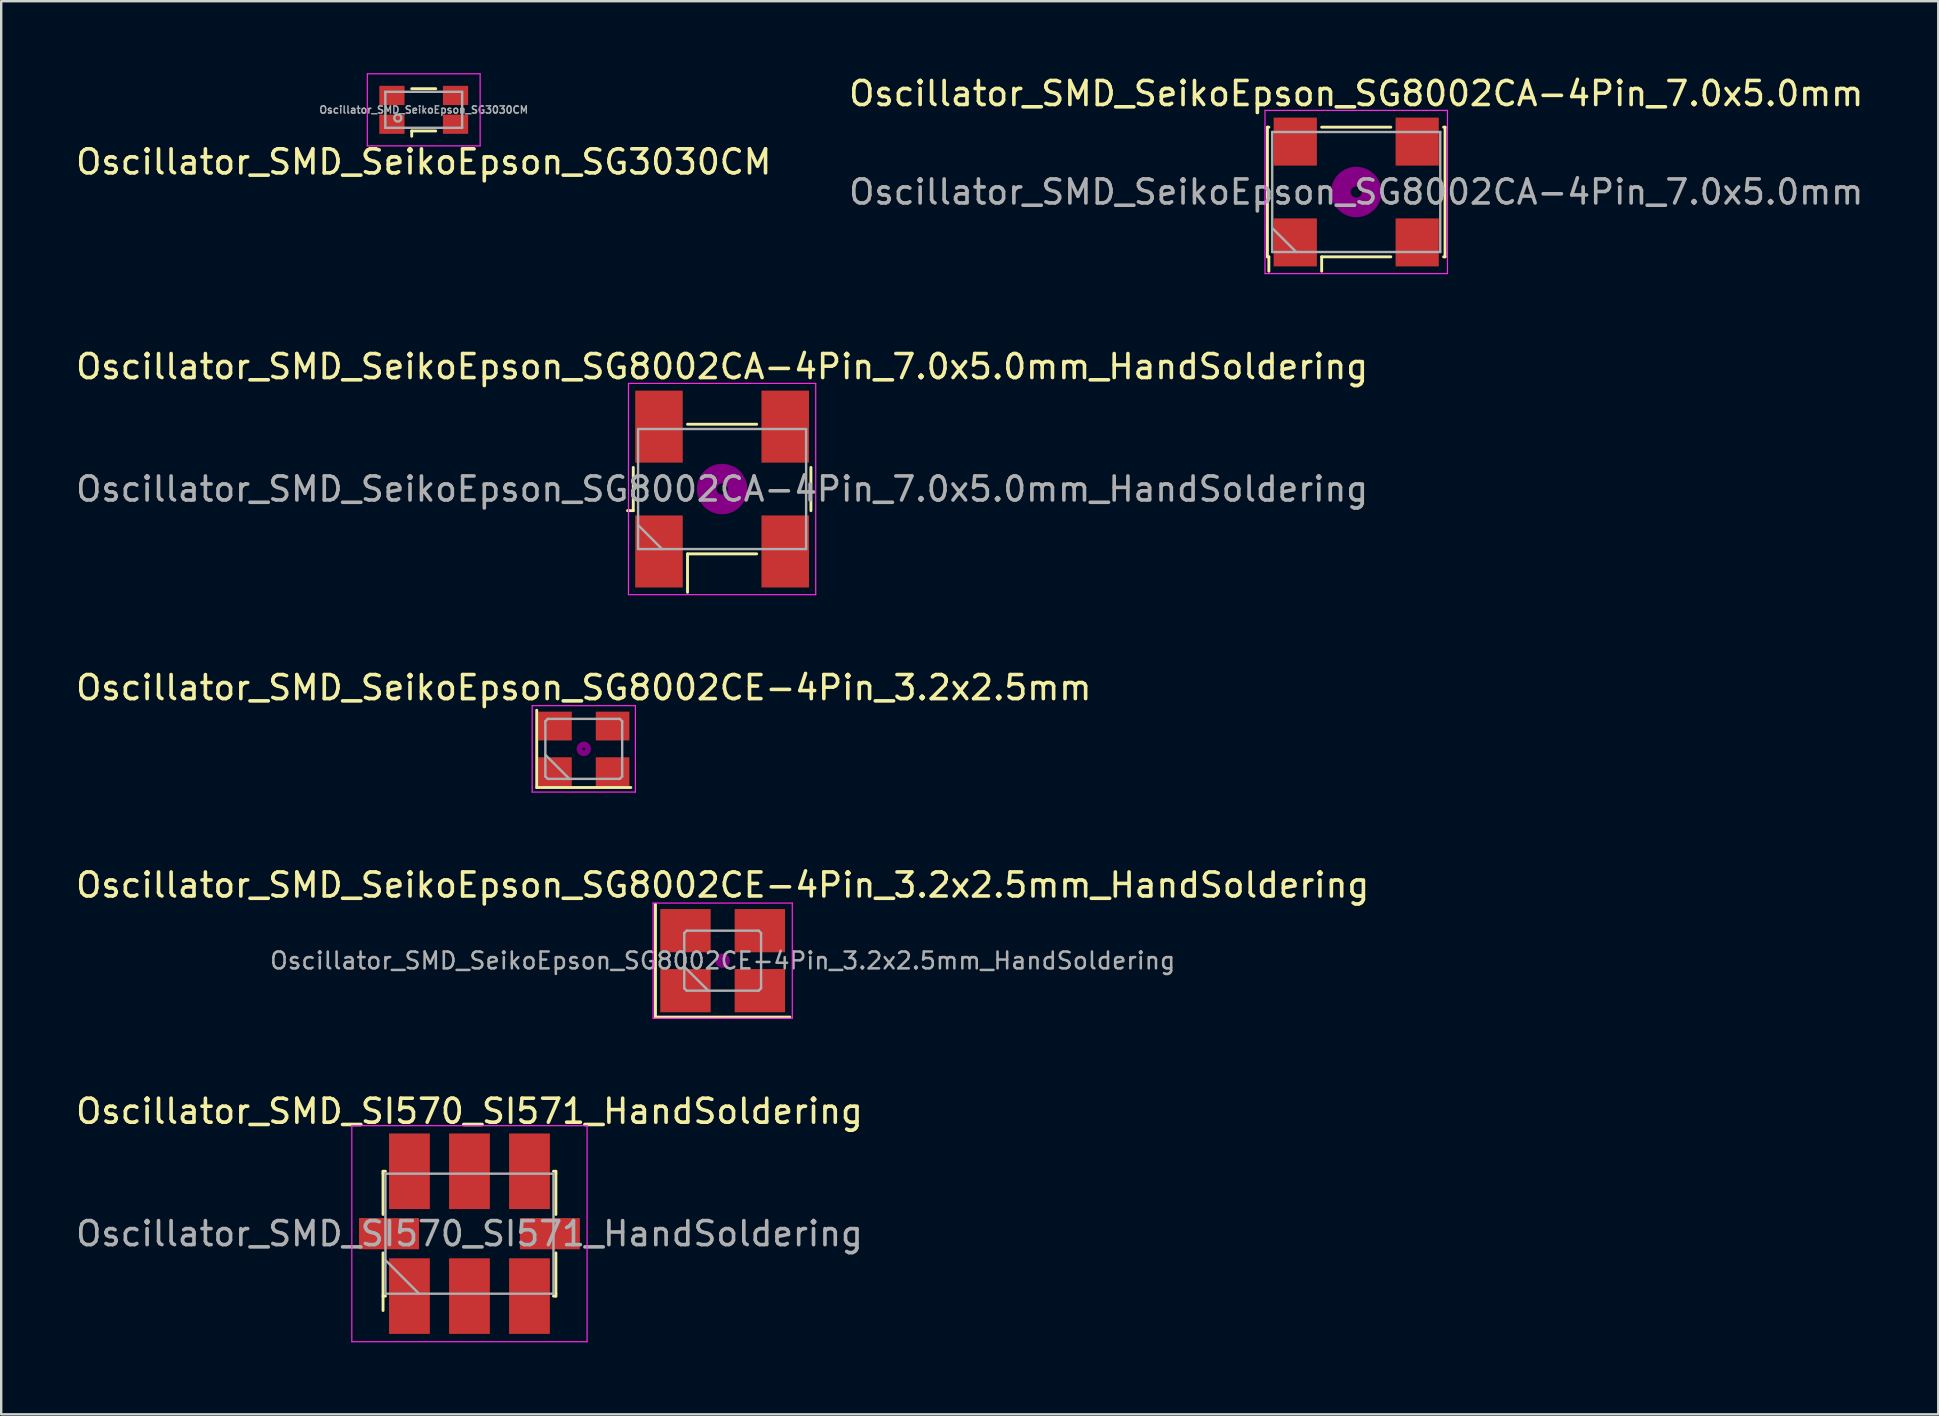
<source format=kicad_pcb>
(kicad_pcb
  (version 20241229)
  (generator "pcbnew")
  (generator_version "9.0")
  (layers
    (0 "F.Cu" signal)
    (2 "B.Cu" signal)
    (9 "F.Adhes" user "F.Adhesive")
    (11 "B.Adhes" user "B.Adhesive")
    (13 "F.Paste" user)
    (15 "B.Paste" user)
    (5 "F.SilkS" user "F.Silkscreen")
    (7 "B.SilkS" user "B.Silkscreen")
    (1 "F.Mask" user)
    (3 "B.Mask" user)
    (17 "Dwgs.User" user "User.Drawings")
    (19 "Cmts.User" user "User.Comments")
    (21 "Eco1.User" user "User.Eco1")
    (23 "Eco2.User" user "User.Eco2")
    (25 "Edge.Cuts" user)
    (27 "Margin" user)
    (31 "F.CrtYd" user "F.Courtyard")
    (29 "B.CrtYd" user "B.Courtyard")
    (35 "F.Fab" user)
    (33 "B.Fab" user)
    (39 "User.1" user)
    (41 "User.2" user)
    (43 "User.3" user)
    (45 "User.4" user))
  (footprint "Oscillator_SMD_SeikoEpson_SG8002CE-4Pin_3.2x2.5mm"
    (layer "F.Cu")
    (at 21.268 28.145)
    (property "Reference" "Oscillator_SMD_SeikoEpson_SG8002CE-4Pin_3.2x2.5mm" (at 0 -2.55 0) (layer "F.SilkS") (effects (font (size 1 1) (thickness 0.15))))
    (attr smd)
    (fp_line (start -1.96 -1.61) (end -1.96 1.61) (stroke (width 0.12) (type solid)) (layer "F.SilkS"))
    (fp_line (start -1.96 1.61) (end 1.96 1.61) (stroke (width 0.12) (type solid)) (layer "F.SilkS"))
    (fp_circle (center 0 0) (end 0.058 0) (stroke (width 0.117) (type solid)) (fill no) (layer "F.Adhes"))
    (fp_circle (center 0 0) (end 0.133 0) (stroke (width 0.083) (type solid)) (fill no) (layer "F.Adhes"))
    (fp_circle (center 0 0) (end 0.208 0) (stroke (width 0.083) (type solid)) (fill no) (layer "F.Adhes"))
    (fp_circle (center 0 0) (end 0.25 0) (stroke (width 0.1) (type solid)) (fill no) (layer "F.Adhes"))
    (fp_line (start -2.15 -1.8) (end -2.15 1.8) (stroke (width 0.05) (type solid)) (layer "F.CrtYd"))
    (fp_line (start -2.15 1.8) (end 2.15 1.8) (stroke (width 0.05) (type solid)) (layer "F.CrtYd"))
    (fp_line (start 2.15 -1.8) (end -2.15 -1.8) (stroke (width 0.05) (type solid)) (layer "F.CrtYd"))
    (fp_line (start 2.15 1.8) (end 2.15 -1.8) (stroke (width 0.05) (type solid)) (layer "F.CrtYd"))
    (fp_line (start -1.6 -1.15) (end -1.5 -1.25) (stroke (width 0.1) (type solid)) (layer "F.Fab"))
    (fp_line (start -1.6 0.25) (end -0.6 1.25) (stroke (width 0.1) (type solid)) (layer "F.Fab"))
    (fp_line (start -1.6 1.15) (end -1.6 -1.15) (stroke (width 0.1) (type solid)) (layer "F.Fab"))
    (fp_line (start -1.5 -1.25) (end 1.5 -1.25) (stroke (width 0.1) (type solid)) (layer "F.Fab"))
    (fp_line (start -1.5 1.25) (end -1.6 1.15) (stroke (width 0.1) (type solid)) (layer "F.Fab"))
    (fp_line (start 1.5 -1.25) (end 1.6 -1.15) (stroke (width 0.1) (type solid)) (layer "F.Fab"))
    (fp_line (start 1.5 1.25) (end -1.5 1.25) (stroke (width 0.1) (type solid)) (layer "F.Fab"))
    (fp_line (start 1.6 -1.15) (end 1.6 1.15) (stroke (width 0.1) (type solid)) (layer "F.Fab"))
    (fp_line (start 1.6 1.15) (end 1.5 1.25) (stroke (width 0.1) (type solid)) (layer "F.Fab"))
    (pad "1" smd rect (at -1.2 0.95) (size 1.4 1.2) (layers "F.Cu" "F.Mask"))
    (pad "2" smd rect (at 1.2 0.95) (size 1.4 1.2) (layers "F.Cu" "F.Mask"))
    (pad "3" smd rect (at 1.2 -0.95) (size 1.4 1.2) (layers "F.Cu" "F.Mask"))
    (pad "4" smd rect (at -1.2 -0.95) (size 1.4 1.2) (layers "F.Cu" "F.Mask")))
  (footprint "Oscillator_SMD_SI570_SI571_HandSoldering"
    (layer "F.Cu")
    (at 16.506 48.341)
    (property "Reference" "Oscillator_SMD_SI570_SI571_HandSoldering" (at 0 -5.1 0) (layer "F.SilkS") (effects (font (size 1 1) (thickness 0.15))))
    (attr smd)
    (fp_line (start -3.6 -2.6) (end -3.5 -2.6) (stroke (width 0.12) (type solid)) (layer "F.SilkS"))
    (fp_line (start -3.6 -2.5) (end -3.6 -2.6) (stroke (width 0.12) (type solid)) (layer "F.SilkS"))
    (fp_line (start -3.6 -2.5) (end -3.6 -0.8) (stroke (width 0.12) (type solid)) (layer "F.SilkS"))
    (fp_line (start -3.6 0.8) (end -3.6 3.2) (stroke (width 0.12) (type solid)) (layer "F.SilkS"))
    (fp_line (start -3.6 2.6) (end -3.5 2.6) (stroke (width 0.12) (type solid)) (layer "F.SilkS"))
    (fp_line (start 3.6 -2.6) (end 3.5 -2.6) (stroke (width 0.12) (type solid)) (layer "F.SilkS"))
    (fp_line (start 3.6 -2.5) (end 3.6 -2.6) (stroke (width 0.12) (type solid)) (layer "F.SilkS"))
    (fp_line (start 3.6 -0.8) (end 3.6 -2.5) (stroke (width 0.12) (type solid)) (layer "F.SilkS"))
    (fp_line (start 3.6 2.5) (end 3.6 0.8) (stroke (width 0.12) (type solid)) (layer "F.SilkS"))
    (fp_line (start 3.6 2.5) (end 3.6 2.6) (stroke (width 0.12) (type solid)) (layer "F.SilkS"))
    (fp_line (start 3.6 2.6) (end 3.5 2.6) (stroke (width 0.12) (type solid)) (layer "F.SilkS"))
    (fp_line (start -4.9 -4.5) (end 4.9 -4.5) (stroke (width 0.05) (type solid)) (layer "F.CrtYd"))
    (fp_line (start -4.9 4.5) (end -4.9 -4.5) (stroke (width 0.05) (type solid)) (layer "F.CrtYd"))
    (fp_line (start 4.9 -4.5) (end 4.9 4.5) (stroke (width 0.05) (type solid)) (layer "F.CrtYd"))
    (fp_line (start 4.9 4.5) (end -4.9 4.5) (stroke (width 0.05) (type solid)) (layer "F.CrtYd"))
    (fp_line (start -3.5 -2.5) (end -3.5 2.5) (stroke (width 0.1) (type solid)) (layer "F.Fab"))
    (fp_line (start -3.5 1.1) (end -2.1 2.5) (stroke (width 0.1) (type solid)) (layer "F.Fab"))
    (fp_line (start -3.5 2.5) (end 3.5 2.5) (stroke (width 0.1) (type solid)) (layer "F.Fab"))
    (fp_line (start 3.5 -2.5) (end -3.5 -2.5) (stroke (width 0.1) (type solid)) (layer "F.Fab"))
    (fp_line (start 3.5 2.5) (end 3.5 -2.5) (stroke (width 0.1) (type solid)) (layer "F.Fab"))
    (fp_text user "${REFERENCE}" (at 0 0 0) (layer "F.Fab") (effects (font (size 1 1) (thickness 0.15))))
    (pad "1" smd rect (at -2.5 2.6) (size 1.7 3.15) (layers "F.Cu" "F.Mask" "F.Paste"))
    (pad "2" smd rect (at 0 2.6) (size 1.7 3.15) (layers "F.Cu" "F.Mask" "F.Paste"))
    (pad "3" smd rect (at 2.5 2.6) (size 1.7 3.15) (layers "F.Cu" "F.Mask" "F.Paste"))
    (pad "4" smd rect (at 2.5 -2.6) (size 1.7 3.15) (layers "F.Cu" "F.Mask" "F.Paste"))
    (pad "5" smd rect (at 0 -2.6) (size 1.7 3.15) (layers "F.Cu" "F.Mask" "F.Paste"))
    (pad "6" smd rect (at -2.5 -2.6) (size 1.7 3.15) (layers "F.Cu" "F.Mask" "F.Paste"))
    (pad "7" smd rect (at -3.35 0) (size 2.5 1.3) (layers "F.Cu" "F.Mask" "F.Paste"))
    (pad "8" smd rect (at 3.35 0) (size 2.5 1.3) (layers "F.Cu" "F.Mask" "F.Paste")))
  (footprint "Oscillator_SMD_SeikoEpson_SG8002CA-4Pin_7.0x5.0mm"
    (layer "F.Cu")
    (at 53.446 4.948)
    (property "Reference" "Oscillator_SMD_SeikoEpson_SG8002CA-4Pin_7.0x5.0mm" (at 0 -4.1 0) (layer "F.SilkS") (effects (font (size 1 1) (thickness 0.15))))
    (attr smd)
    (fp_line (start -3.7 -2.7) (end -3.64 -2.7) (stroke (width 0.12) (type solid)) (layer "F.SilkS"))
    (fp_line (start -3.7 2.7) (end -3.7 -2.7) (stroke (width 0.12) (type solid)) (layer "F.SilkS"))
    (fp_line (start -3.64 2.7) (end -3.7 2.7) (stroke (width 0.12) (type solid)) (layer "F.SilkS"))
    (fp_line (start -3.64 3.3) (end -3.64 2.7) (stroke (width 0.12) (type solid)) (layer "F.SilkS"))
    (fp_line (start -1.44 -2.7) (end 1.44 -2.7) (stroke (width 0.12) (type solid)) (layer "F.SilkS"))
    (fp_line (start -1.44 2.7) (end -1.44 3.3) (stroke (width 0.12) (type solid)) (layer "F.SilkS"))
    (fp_line (start 1.44 2.7) (end -1.44 2.7) (stroke (width 0.12) (type solid)) (layer "F.SilkS"))
    (fp_line (start 3.64 -2.7) (end 3.7 -2.7) (stroke (width 0.12) (type solid)) (layer "F.SilkS"))
    (fp_line (start 3.7 -2.7) (end 3.7 2.7) (stroke (width 0.12) (type solid)) (layer "F.SilkS"))
    (fp_line (start 3.7 2.7) (end 3.64 2.7) (stroke (width 0.12) (type solid)) (layer "F.SilkS"))
    (fp_circle (center 0 0) (end 0.233 0) (stroke (width 0.467) (type solid)) (fill no) (layer "F.Adhes"))
    (fp_circle (center 0 0) (end 0.533 0) (stroke (width 0.333) (type solid)) (fill no) (layer "F.Adhes"))
    (fp_circle (center 0 0) (end 0.833 0) (stroke (width 0.333) (type solid)) (fill no) (layer "F.Adhes"))
    (fp_circle (center 0 0) (end 1 0) (stroke (width 0.1) (type solid)) (fill no) (layer "F.Adhes"))
    (fp_line (start -3.8 -3.4) (end -3.8 3.4) (stroke (width 0.05) (type solid)) (layer "F.CrtYd"))
    (fp_line (start -3.8 3.4) (end 3.8 3.4) (stroke (width 0.05) (type solid)) (layer "F.CrtYd"))
    (fp_line (start 3.8 -3.4) (end -3.8 -3.4) (stroke (width 0.05) (type solid)) (layer "F.CrtYd"))
    (fp_line (start 3.8 3.4) (end 3.8 -3.4) (stroke (width 0.05) (type solid)) (layer "F.CrtYd"))
    (fp_line (start -3.5 -2.5) (end -3.5 2.5) (stroke (width 0.1) (type solid)) (layer "F.Fab"))
    (fp_line (start -3.5 1.5) (end -2.5 2.5) (stroke (width 0.1) (type solid)) (layer "F.Fab"))
    (fp_line (start -3.5 2.5) (end 3.5 2.5) (stroke (width 0.1) (type solid)) (layer "F.Fab"))
    (fp_line (start 3.5 -2.5) (end -3.5 -2.5) (stroke (width 0.1) (type solid)) (layer "F.Fab"))
    (fp_line (start 3.5 2.5) (end 3.5 -2.5) (stroke (width 0.1) (type solid)) (layer "F.Fab"))
    (fp_text user "${REFERENCE}" (at 0 0 0) (layer "F.Fab") (effects (font (size 1 1) (thickness 0.15))))
    (pad "1" smd rect (at -2.54 2.1) (size 1.8 2) (layers "F.Cu" "F.Mask" "F.Paste"))
    (pad "2" smd rect (at 2.54 2.1) (size 1.8 2) (layers "F.Cu" "F.Mask" "F.Paste"))
    (pad "3" smd rect (at 2.54 -2.1) (size 1.8 2) (layers "F.Cu" "F.Mask" "F.Paste"))
    (pad "4" smd rect (at -2.54 -2.1) (size 1.8 2) (layers "F.Cu" "F.Mask" "F.Paste")))
  (footprint "Oscillator_SMD_SeikoEpson_SG8002CE-4Pin_3.2x2.5mm_HandSoldering"
    (layer "F.Cu")
    (at 27.054 36.968)
    (property "Reference" "Oscillator_SMD_SeikoEpson_SG8002CE-4Pin_3.2x2.5mm_HandSoldering" (at 0 -3.15 0) (layer "F.SilkS") (effects (font (size 1 1) (thickness 0.15))))
    (attr smd)
    (fp_line (start -2.8 -2.35) (end -2.8 2.35) (stroke (width 0.12) (type solid)) (layer "F.SilkS"))
    (fp_line (start -2.8 2.35) (end 2.8 2.35) (stroke (width 0.12) (type solid)) (layer "F.SilkS"))
    (fp_circle (center 0 0) (end 0.058 0) (stroke (width 0.117) (type solid)) (fill no) (layer "F.Adhes"))
    (fp_circle (center 0 0) (end 0.133 0) (stroke (width 0.083) (type solid)) (fill no) (layer "F.Adhes"))
    (fp_circle (center 0 0) (end 0.208 0) (stroke (width 0.083) (type solid)) (fill no) (layer "F.Adhes"))
    (fp_circle (center 0 0) (end 0.25 0) (stroke (width 0.1) (type solid)) (fill no) (layer "F.Adhes"))
    (fp_line (start -2.9 -2.4) (end -2.9 2.4) (stroke (width 0.05) (type solid)) (layer "F.CrtYd"))
    (fp_line (start -2.9 2.4) (end 2.9 2.4) (stroke (width 0.05) (type solid)) (layer "F.CrtYd"))
    (fp_line (start 2.9 -2.4) (end -2.9 -2.4) (stroke (width 0.05) (type solid)) (layer "F.CrtYd"))
    (fp_line (start 2.9 2.4) (end 2.9 -2.4) (stroke (width 0.05) (type solid)) (layer "F.CrtYd"))
    (fp_line (start -1.6 -1.15) (end -1.5 -1.25) (stroke (width 0.1) (type solid)) (layer "F.Fab"))
    (fp_line (start -1.6 0.25) (end -0.6 1.25) (stroke (width 0.1) (type solid)) (layer "F.Fab"))
    (fp_line (start -1.6 1.15) (end -1.6 -1.15) (stroke (width 0.1) (type solid)) (layer "F.Fab"))
    (fp_line (start -1.5 -1.25) (end 1.5 -1.25) (stroke (width 0.1) (type solid)) (layer "F.Fab"))
    (fp_line (start -1.5 1.25) (end -1.6 1.15) (stroke (width 0.1) (type solid)) (layer "F.Fab"))
    (fp_line (start 1.5 -1.25) (end 1.6 -1.15) (stroke (width 0.1) (type solid)) (layer "F.Fab"))
    (fp_line (start 1.5 1.25) (end -1.5 1.25) (stroke (width 0.1) (type solid)) (layer "F.Fab"))
    (fp_line (start 1.6 -1.15) (end 1.6 1.15) (stroke (width 0.1) (type solid)) (layer "F.Fab"))
    (fp_line (start 1.6 1.15) (end 1.5 1.25) (stroke (width 0.1) (type solid)) (layer "F.Fab"))
    (fp_text user "${REFERENCE}" (at 0 0 0) (layer "F.Fab") (effects (font (size 0.7 0.7) (thickness 0.105))))
    (pad "1" smd rect (at -1.55 1.25) (size 2.1 1.8) (layers "F.Cu" "F.Mask" "F.Paste"))
    (pad "2" smd rect (at 1.55 1.25) (size 2.1 1.8) (layers "F.Cu" "F.Mask" "F.Paste"))
    (pad "3" smd rect (at 1.55 -1.25) (size 2.1 1.8) (layers "F.Cu" "F.Mask" "F.Paste"))
    (pad "4" smd rect (at -1.55 -1.25) (size 2.1 1.8) (layers "F.Cu" "F.Mask" "F.Paste")))
  (footprint "Oscillator_SMD_SeikoEpson_SG8002CA-4Pin_7.0x5.0mm_HandSoldering"
    (layer "F.Cu")
    (at 27.03 17.322)
    (property "Reference" "Oscillator_SMD_SeikoEpson_SG8002CA-4Pin_7.0x5.0mm_HandSoldering" (at 0 -5.1 0) (layer "F.SilkS") (effects (font (size 1 1) (thickness 0.15))))
    (attr smd)
    (fp_line (start -3.94 0.9) (end -3.7 0.9) (stroke (width 0.12) (type solid)) (layer "F.SilkS"))
    (fp_line (start -3.7 0.9) (end -3.7 -0.9) (stroke (width 0.12) (type solid)) (layer "F.SilkS"))
    (fp_line (start -1.44 -2.7) (end 1.44 -2.7) (stroke (width 0.12) (type solid)) (layer "F.SilkS"))
    (fp_line (start -1.44 2.7) (end -1.44 4.3) (stroke (width 0.12) (type solid)) (layer "F.SilkS"))
    (fp_line (start 1.44 2.7) (end -1.44 2.7) (stroke (width 0.12) (type solid)) (layer "F.SilkS"))
    (fp_line (start 3.7 -0.9) (end 3.7 0.9) (stroke (width 0.12) (type solid)) (layer "F.SilkS"))
    (fp_circle (center 0 0) (end 0.233 0) (stroke (width 0.467) (type solid)) (fill no) (layer "F.Adhes"))
    (fp_circle (center 0 0) (end 0.533 0) (stroke (width 0.333) (type solid)) (fill no) (layer "F.Adhes"))
    (fp_circle (center 0 0) (end 0.833 0) (stroke (width 0.333) (type solid)) (fill no) (layer "F.Adhes"))
    (fp_circle (center 0 0) (end 1 0) (stroke (width 0.1) (type solid)) (fill no) (layer "F.Adhes"))
    (fp_line (start -3.9 -4.4) (end -3.9 4.4) (stroke (width 0.05) (type solid)) (layer "F.CrtYd"))
    (fp_line (start -3.9 4.4) (end 3.9 4.4) (stroke (width 0.05) (type solid)) (layer "F.CrtYd"))
    (fp_line (start 3.9 -4.4) (end -3.9 -4.4) (stroke (width 0.05) (type solid)) (layer "F.CrtYd"))
    (fp_line (start 3.9 4.4) (end 3.9 -4.4) (stroke (width 0.05) (type solid)) (layer "F.CrtYd"))
    (fp_line (start -3.5 -2.5) (end -3.5 2.5) (stroke (width 0.1) (type solid)) (layer "F.Fab"))
    (fp_line (start -3.5 1.5) (end -2.5 2.5) (stroke (width 0.1) (type solid)) (layer "F.Fab"))
    (fp_line (start -3.5 2.5) (end 3.5 2.5) (stroke (width 0.1) (type solid)) (layer "F.Fab"))
    (fp_line (start 3.5 -2.5) (end -3.5 -2.5) (stroke (width 0.1) (type solid)) (layer "F.Fab"))
    (fp_line (start 3.5 2.5) (end 3.5 -2.5) (stroke (width 0.1) (type solid)) (layer "F.Fab"))
    (fp_text user "${REFERENCE}" (at 0 0 0) (layer "F.Fab") (effects (font (size 1 1) (thickness 0.15))))
    (pad "1" smd rect (at -2.63 2.6) (size 1.98 3) (layers "F.Cu" "F.Mask" "F.Paste"))
    (pad "2" smd rect (at 2.63 2.6) (size 1.98 3) (layers "F.Cu" "F.Mask" "F.Paste"))
    (pad "3" smd rect (at 2.63 -2.6) (size 1.98 3) (layers "F.Cu" "F.Mask" "F.Paste"))
    (pad "4" smd rect (at -2.63 -2.6) (size 1.98 3) (layers "F.Cu" "F.Mask" "F.Paste")))
  (footprint "Oscillator_SMD_SeikoEpson_SG3030CM"
    (layer "F.Cu")
    (at 14.601 1.525)
    (property "Reference" "Oscillator_SMD_SeikoEpson_SG3030CM" (at 0 2.17 0) (layer "F.SilkS") (effects (font (size 1 1) (thickness 0.15))))
    (attr smd)
    (fp_line (start -0.5 -0.88) (end 0.5 -0.88) (stroke (width 0.12) (type solid)) (layer "F.SilkS"))
    (fp_line (start -0.5 0.88) (end 0.5 0.88) (stroke (width 0.12) (type solid)) (layer "F.SilkS"))
    (fp_line (start -0.5 1.1) (end -0.5 0.88) (stroke (width 0.12) (type solid)) (layer "F.SilkS"))
    (fp_line (start -2.35 -1.5) (end 2.35 -1.5) (stroke (width 0.05) (type solid)) (layer "F.CrtYd"))
    (fp_line (start -2.35 1.5) (end -2.35 -1.5) (stroke (width 0.05) (type solid)) (layer "F.CrtYd"))
    (fp_line (start 2.35 -1.5) (end 2.35 1.5) (stroke (width 0.05) (type solid)) (layer "F.CrtYd"))
    (fp_line (start 2.35 1.5) (end -2.35 1.5) (stroke (width 0.05) (type solid)) (layer "F.CrtYd"))
    (fp_line (start -1.6 -0.75) (end -1.6 0.75) (stroke (width 0.1) (type solid)) (layer "F.Fab"))
    (fp_line (start -1.6 -0.75) (end 1.6 -0.75) (stroke (width 0.1) (type solid)) (layer "F.Fab"))
    (fp_line (start 1.6 -0.75) (end 1.6 0.75) (stroke (width 0.1) (type solid)) (layer "F.Fab"))
    (fp_line (start 1.6 0.75) (end -1.6 0.75) (stroke (width 0.1) (type solid)) (layer "F.Fab"))
    (fp_circle (center -1.08 0.34) (end -0.94 0.29) (stroke (width 0.1) (type solid)) (fill no) (layer "F.Fab"))
    (fp_text user "${REFERENCE}" (at 0 0 0) (layer "F.Fab") (effects (font (size 0.3 0.3) (thickness 0.06))))
    (pad "1" smd rect (at -1.325 0.6) (size 1.05 0.8) (layers "F.Cu" "F.Mask" "F.Paste"))
    (pad "2" smd rect (at 1.325 0.6) (size 1.05 0.8) (layers "F.Cu" "F.Mask" "F.Paste"))
    (pad "3" smd rect (at 1.325 -0.6) (size 1.05 0.8) (layers "F.Cu" "F.Mask" "F.Paste"))
    (pad "4" smd rect (at -1.325 -0.6) (size 1.05 0.8) (layers "F.Cu" "F.Mask" "F.Paste")))
  (gr_rect
    (start -3 -3)
    (end 77.69 55.866)
    (stroke (width 0.1) (type default))
    (fill no)
    (layer "Edge.Cuts")))
</source>
